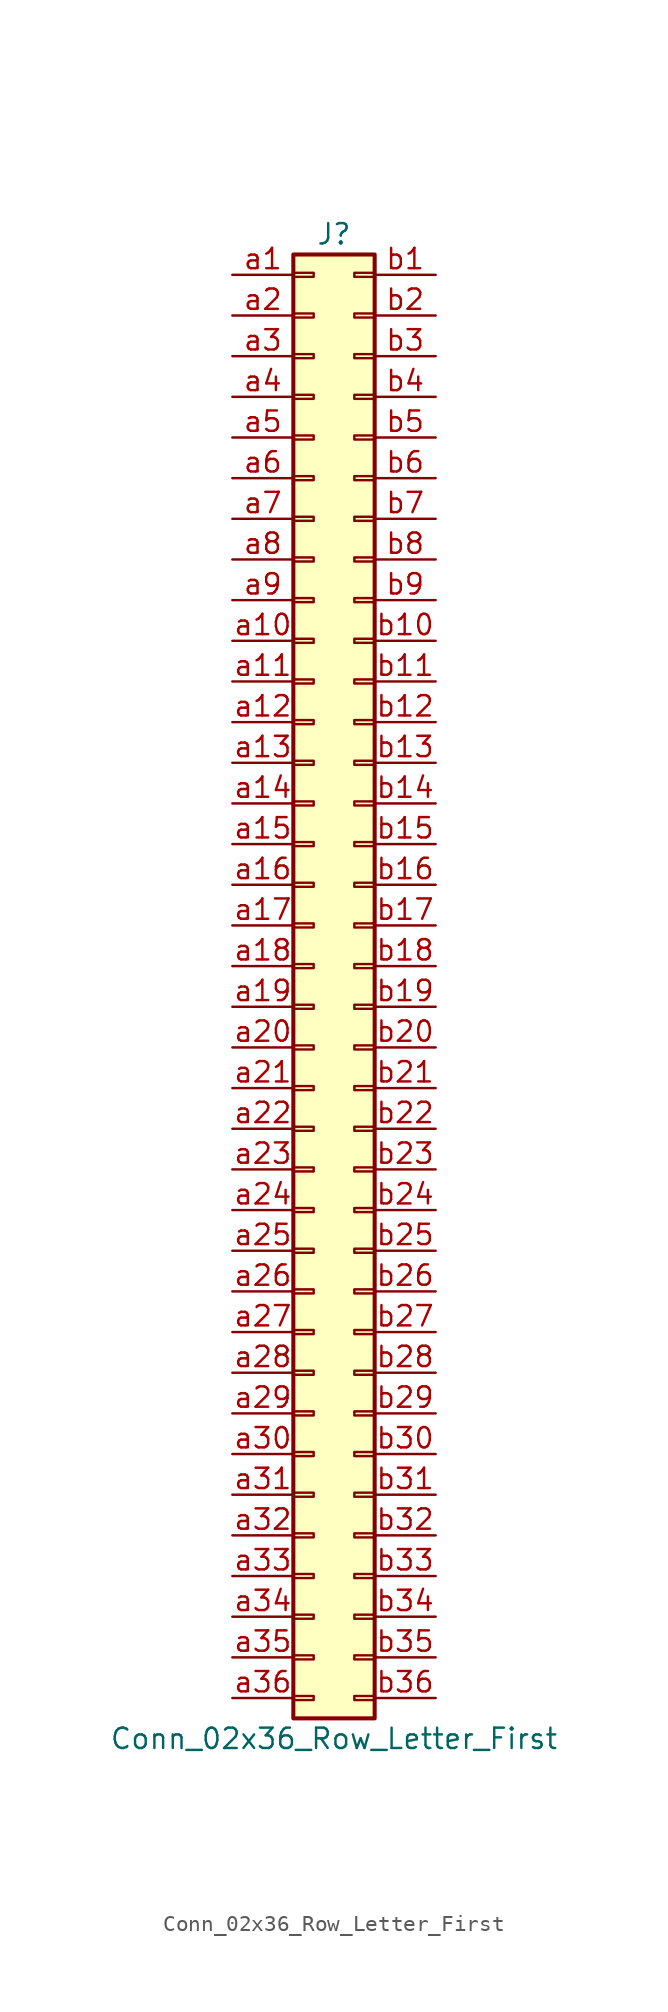
<source format=kicad_sym>
(kicad_symbol_lib
  (version 20211014)
  (generator kicad_symbol_editor)
  (symbol "Conn_02x36_Row_Letter_First"
    (pin_names
      (offset 1.016) hide)
    (property "Reference" "J"
      (at 1.27 45.72 0)
      (effects (font (size 1.27 1.27))))
    (property "Value" "Conn_02x36_Row_Letter_First"
      (at 1.27 -48.26 0)
      (effects (font (size 1.27 1.27))))
    (symbol "Conn_02x36_Row_Letter_First_1_1"
      (rectangle (start -1.27 -45.593) (end 0 -45.847) (stroke (width 0.152) (type default) (color 0 0 0 0)) (fill (type none)))
      (rectangle (start -1.27 -43.053) (end 0 -43.307) (stroke (width 0.152) (type default) (color 0 0 0 0)) (fill (type none)))
      (rectangle (start -1.27 -40.513) (end 0 -40.767) (stroke (width 0.152) (type default) (color 0 0 0 0)) (fill (type none)))
      (rectangle (start -1.27 -37.973) (end 0 -38.227) (stroke (width 0.152) (type default) (color 0 0 0 0)) (fill (type none)))
      (rectangle (start -1.27 -35.433) (end 0 -35.687) (stroke (width 0.152) (type default) (color 0 0 0 0)) (fill (type none)))
      (rectangle (start -1.27 -32.893) (end 0 -33.147) (stroke (width 0.152) (type default) (color 0 0 0 0)) (fill (type none)))
      (rectangle (start -1.27 -30.353) (end 0 -30.607) (stroke (width 0.152) (type default) (color 0 0 0 0)) (fill (type none)))
      (rectangle (start -1.27 -27.813) (end 0 -28.067) (stroke (width 0.152) (type default) (color 0 0 0 0)) (fill (type none)))
      (rectangle (start -1.27 -25.273) (end 0 -25.527) (stroke (width 0.152) (type default) (color 0 0 0 0)) (fill (type none)))
      (rectangle (start -1.27 -22.733) (end 0 -22.987) (stroke (width 0.152) (type default) (color 0 0 0 0)) (fill (type none)))
      (rectangle (start -1.27 -20.193) (end 0 -20.447) (stroke (width 0.152) (type default) (color 0 0 0 0)) (fill (type none)))
      (rectangle (start -1.27 -17.653) (end 0 -17.907) (stroke (width 0.152) (type default) (color 0 0 0 0)) (fill (type none)))
      (rectangle (start -1.27 -15.113) (end 0 -15.367) (stroke (width 0.152) (type default) (color 0 0 0 0)) (fill (type none)))
      (rectangle (start -1.27 -12.573) (end 0 -12.827) (stroke (width 0.152) (type default) (color 0 0 0 0)) (fill (type none)))
      (rectangle (start -1.27 -10.033) (end 0 -10.287) (stroke (width 0.152) (type default) (color 0 0 0 0)) (fill (type none)))
      (rectangle (start -1.27 -7.493) (end 0 -7.747) (stroke (width 0.152) (type default) (color 0 0 0 0)) (fill (type none)))
      (rectangle (start -1.27 -4.953) (end 0 -5.207) (stroke (width 0.152) (type default) (color 0 0 0 0)) (fill (type none)))
      (rectangle (start -1.27 -2.413) (end 0 -2.667) (stroke (width 0.152) (type default) (color 0 0 0 0)) (fill (type none)))
      (rectangle (start -1.27 0.127) (end 0 -0.127) (stroke (width 0.152) (type default) (color 0 0 0 0)) (fill (type none)))
      (rectangle (start -1.27 2.667) (end 0 2.413) (stroke (width 0.152) (type default) (color 0 0 0 0)) (fill (type none)))
      (rectangle (start -1.27 5.207) (end 0 4.953) (stroke (width 0.152) (type default) (color 0 0 0 0)) (fill (type none)))
      (rectangle (start -1.27 7.747) (end 0 7.493) (stroke (width 0.152) (type default) (color 0 0 0 0)) (fill (type none)))
      (rectangle (start -1.27 10.287) (end 0 10.033) (stroke (width 0.152) (type default) (color 0 0 0 0)) (fill (type none)))
      (rectangle (start -1.27 12.827) (end 0 12.573) (stroke (width 0.152) (type default) (color 0 0 0 0)) (fill (type none)))
      (rectangle (start -1.27 15.367) (end 0 15.113) (stroke (width 0.152) (type default) (color 0 0 0 0)) (fill (type none)))
      (rectangle (start -1.27 17.907) (end 0 17.653) (stroke (width 0.152) (type default) (color 0 0 0 0)) (fill (type none)))
      (rectangle (start -1.27 20.447) (end 0 20.193) (stroke (width 0.152) (type default) (color 0 0 0 0)) (fill (type none)))
      (rectangle (start -1.27 22.987) (end 0 22.733) (stroke (width 0.152) (type default) (color 0 0 0 0)) (fill (type none)))
      (rectangle (start -1.27 25.527) (end 0 25.273) (stroke (width 0.152) (type default) (color 0 0 0 0)) (fill (type none)))
      (rectangle (start -1.27 28.067) (end 0 27.813) (stroke (width 0.152) (type default) (color 0 0 0 0)) (fill (type none)))
      (rectangle (start -1.27 30.607) (end 0 30.353) (stroke (width 0.152) (type default) (color 0 0 0 0)) (fill (type none)))
      (rectangle (start -1.27 33.147) (end 0 32.893) (stroke (width 0.152) (type default) (color 0 0 0 0)) (fill (type none)))
      (rectangle (start -1.27 35.687) (end 0 35.433) (stroke (width 0.152) (type default) (color 0 0 0 0)) (fill (type none)))
      (rectangle (start -1.27 38.227) (end 0 37.973) (stroke (width 0.152) (type default) (color 0 0 0 0)) (fill (type none)))
      (rectangle (start -1.27 40.767) (end 0 40.513) (stroke (width 0.152) (type default) (color 0 0 0 0)) (fill (type none)))
      (rectangle (start -1.27 43.307) (end 0 43.053) (stroke (width 0.152) (type default) (color 0 0 0 0)) (fill (type none)))
      (rectangle (start -1.27 44.45) (end 3.81 -46.99) (stroke (width 0.254) (type default) (color 0 0 0 0)) (fill (type background)))
      (rectangle (start 3.81 -45.593) (end 2.54 -45.847) (stroke (width 0.152) (type default) (color 0 0 0 0)) (fill (type none)))
      (rectangle (start 3.81 -43.053) (end 2.54 -43.307) (stroke (width 0.152) (type default) (color 0 0 0 0)) (fill (type none)))
      (rectangle (start 3.81 -40.513) (end 2.54 -40.767) (stroke (width 0.152) (type default) (color 0 0 0 0)) (fill (type none)))
      (rectangle (start 3.81 -37.973) (end 2.54 -38.227) (stroke (width 0.152) (type default) (color 0 0 0 0)) (fill (type none)))
      (rectangle (start 3.81 -35.433) (end 2.54 -35.687) (stroke (width 0.152) (type default) (color 0 0 0 0)) (fill (type none)))
      (rectangle (start 3.81 -32.893) (end 2.54 -33.147) (stroke (width 0.152) (type default) (color 0 0 0 0)) (fill (type none)))
      (rectangle (start 3.81 -30.353) (end 2.54 -30.607) (stroke (width 0.152) (type default) (color 0 0 0 0)) (fill (type none)))
      (rectangle (start 3.81 -27.813) (end 2.54 -28.067) (stroke (width 0.152) (type default) (color 0 0 0 0)) (fill (type none)))
      (rectangle (start 3.81 -25.273) (end 2.54 -25.527) (stroke (width 0.152) (type default) (color 0 0 0 0)) (fill (type none)))
      (rectangle (start 3.81 -22.733) (end 2.54 -22.987) (stroke (width 0.152) (type default) (color 0 0 0 0)) (fill (type none)))
      (rectangle (start 3.81 -20.193) (end 2.54 -20.447) (stroke (width 0.152) (type default) (color 0 0 0 0)) (fill (type none)))
      (rectangle (start 3.81 -17.653) (end 2.54 -17.907) (stroke (width 0.152) (type default) (color 0 0 0 0)) (fill (type none)))
      (rectangle (start 3.81 -15.113) (end 2.54 -15.367) (stroke (width 0.152) (type default) (color 0 0 0 0)) (fill (type none)))
      (rectangle (start 3.81 -12.573) (end 2.54 -12.827) (stroke (width 0.152) (type default) (color 0 0 0 0)) (fill (type none)))
      (rectangle (start 3.81 -10.033) (end 2.54 -10.287) (stroke (width 0.152) (type default) (color 0 0 0 0)) (fill (type none)))
      (rectangle (start 3.81 -7.493) (end 2.54 -7.747) (stroke (width 0.152) (type default) (color 0 0 0 0)) (fill (type none)))
      (rectangle (start 3.81 -4.953) (end 2.54 -5.207) (stroke (width 0.152) (type default) (color 0 0 0 0)) (fill (type none)))
      (rectangle (start 3.81 -2.413) (end 2.54 -2.667) (stroke (width 0.152) (type default) (color 0 0 0 0)) (fill (type none)))
      (rectangle (start 3.81 0.127) (end 2.54 -0.127) (stroke (width 0.152) (type default) (color 0 0 0 0)) (fill (type none)))
      (rectangle (start 3.81 2.667) (end 2.54 2.413) (stroke (width 0.152) (type default) (color 0 0 0 0)) (fill (type none)))
      (rectangle (start 3.81 5.207) (end 2.54 4.953) (stroke (width 0.152) (type default) (color 0 0 0 0)) (fill (type none)))
      (rectangle (start 3.81 7.747) (end 2.54 7.493) (stroke (width 0.152) (type default) (color 0 0 0 0)) (fill (type none)))
      (rectangle (start 3.81 10.287) (end 2.54 10.033) (stroke (width 0.152) (type default) (color 0 0 0 0)) (fill (type none)))
      (rectangle (start 3.81 12.827) (end 2.54 12.573) (stroke (width 0.152) (type default) (color 0 0 0 0)) (fill (type none)))
      (rectangle (start 3.81 15.367) (end 2.54 15.113) (stroke (width 0.152) (type default) (color 0 0 0 0)) (fill (type none)))
      (rectangle (start 3.81 17.907) (end 2.54 17.653) (stroke (width 0.152) (type default) (color 0 0 0 0)) (fill (type none)))
      (rectangle (start 3.81 20.447) (end 2.54 20.193) (stroke (width 0.152) (type default) (color 0 0 0 0)) (fill (type none)))
      (rectangle (start 3.81 22.987) (end 2.54 22.733) (stroke (width 0.152) (type default) (color 0 0 0 0)) (fill (type none)))
      (rectangle (start 3.81 25.527) (end 2.54 25.273) (stroke (width 0.152) (type default) (color 0 0 0 0)) (fill (type none)))
      (rectangle (start 3.81 28.067) (end 2.54 27.813) (stroke (width 0.152) (type default) (color 0 0 0 0)) (fill (type none)))
      (rectangle (start 3.81 30.607) (end 2.54 30.353) (stroke (width 0.152) (type default) (color 0 0 0 0)) (fill (type none)))
      (rectangle (start 3.81 33.147) (end 2.54 32.893) (stroke (width 0.152) (type default) (color 0 0 0 0)) (fill (type none)))
      (rectangle (start 3.81 35.687) (end 2.54 35.433) (stroke (width 0.152) (type default) (color 0 0 0 0)) (fill (type none)))
      (rectangle (start 3.81 38.227) (end 2.54 37.973) (stroke (width 0.152) (type default) (color 0 0 0 0)) (fill (type none)))
      (rectangle (start 3.81 40.767) (end 2.54 40.513) (stroke (width 0.152) (type default) (color 0 0 0 0)) (fill (type none)))
      (rectangle (start 3.81 43.307) (end 2.54 43.053) (stroke (width 0.152) (type default) (color 0 0 0 0)) (fill (type none)))
      (pin passive line (at -5.08 43.18 0) (length 3.81) (name "Pin_a1" (effects (font (size 1.27 1.27)))) (number "a1" (effects (font (size 1.27 1.27)))))
      (pin passive line (at -5.08 20.32 0) (length 3.81) (name "Pin_a10" (effects (font (size 1.27 1.27)))) (number "a10" (effects (font (size 1.27 1.27)))))
      (pin passive line (at -5.08 17.78 0) (length 3.81) (name "Pin_a11" (effects (font (size 1.27 1.27)))) (number "a11" (effects (font (size 1.27 1.27)))))
      (pin passive line (at -5.08 15.24 0) (length 3.81) (name "Pin_a12" (effects (font (size 1.27 1.27)))) (number "a12" (effects (font (size 1.27 1.27)))))
      (pin passive line (at -5.08 12.7 0) (length 3.81) (name "Pin_a13" (effects (font (size 1.27 1.27)))) (number "a13" (effects (font (size 1.27 1.27)))))
      (pin passive line (at -5.08 10.16 0) (length 3.81) (name "Pin_a14" (effects (font (size 1.27 1.27)))) (number "a14" (effects (font (size 1.27 1.27)))))
      (pin passive line (at -5.08 7.62 0) (length 3.81) (name "Pin_a15" (effects (font (size 1.27 1.27)))) (number "a15" (effects (font (size 1.27 1.27)))))
      (pin passive line (at -5.08 5.08 0) (length 3.81) (name "Pin_a16" (effects (font (size 1.27 1.27)))) (number "a16" (effects (font (size 1.27 1.27)))))
      (pin passive line (at -5.08 2.54 0) (length 3.81) (name "Pin_a17" (effects (font (size 1.27 1.27)))) (number "a17" (effects (font (size 1.27 1.27)))))
      (pin passive line (at -5.08 0 0) (length 3.81) (name "Pin_a18" (effects (font (size 1.27 1.27)))) (number "a18" (effects (font (size 1.27 1.27)))))
      (pin passive line (at -5.08 -2.54 0) (length 3.81) (name "Pin_a19" (effects (font (size 1.27 1.27)))) (number "a19" (effects (font (size 1.27 1.27)))))
      (pin passive line (at -5.08 40.64 0) (length 3.81) (name "Pin_a2" (effects (font (size 1.27 1.27)))) (number "a2" (effects (font (size 1.27 1.27)))))
      (pin passive line (at -5.08 -5.08 0) (length 3.81) (name "Pin_a20" (effects (font (size 1.27 1.27)))) (number "a20" (effects (font (size 1.27 1.27)))))
      (pin passive line (at -5.08 -7.62 0) (length 3.81) (name "Pin_a21" (effects (font (size 1.27 1.27)))) (number "a21" (effects (font (size 1.27 1.27)))))
      (pin passive line (at -5.08 -10.16 0) (length 3.81) (name "Pin_a22" (effects (font (size 1.27 1.27)))) (number "a22" (effects (font (size 1.27 1.27)))))
      (pin passive line (at -5.08 -12.7 0) (length 3.81) (name "Pin_a23" (effects (font (size 1.27 1.27)))) (number "a23" (effects (font (size 1.27 1.27)))))
      (pin passive line (at -5.08 -15.24 0) (length 3.81) (name "Pin_a24" (effects (font (size 1.27 1.27)))) (number "a24" (effects (font (size 1.27 1.27)))))
      (pin passive line (at -5.08 -17.78 0) (length 3.81) (name "Pin_a25" (effects (font (size 1.27 1.27)))) (number "a25" (effects (font (size 1.27 1.27)))))
      (pin passive line (at -5.08 -20.32 0) (length 3.81) (name "Pin_a26" (effects (font (size 1.27 1.27)))) (number "a26" (effects (font (size 1.27 1.27)))))
      (pin passive line (at -5.08 -22.86 0) (length 3.81) (name "Pin_a27" (effects (font (size 1.27 1.27)))) (number "a27" (effects (font (size 1.27 1.27)))))
      (pin passive line (at -5.08 -25.4 0) (length 3.81) (name "Pin_a28" (effects (font (size 1.27 1.27)))) (number "a28" (effects (font (size 1.27 1.27)))))
      (pin passive line (at -5.08 -27.94 0) (length 3.81) (name "Pin_a29" (effects (font (size 1.27 1.27)))) (number "a29" (effects (font (size 1.27 1.27)))))
      (pin passive line (at -5.08 38.1 0) (length 3.81) (name "Pin_a3" (effects (font (size 1.27 1.27)))) (number "a3" (effects (font (size 1.27 1.27)))))
      (pin passive line (at -5.08 -30.48 0) (length 3.81) (name "Pin_a30" (effects (font (size 1.27 1.27)))) (number "a30" (effects (font (size 1.27 1.27)))))
      (pin passive line (at -5.08 -33.02 0) (length 3.81) (name "Pin_a31" (effects (font (size 1.27 1.27)))) (number "a31" (effects (font (size 1.27 1.27)))))
      (pin passive line (at -5.08 -35.56 0) (length 3.81) (name "Pin_a32" (effects (font (size 1.27 1.27)))) (number "a32" (effects (font (size 1.27 1.27)))))
      (pin passive line (at -5.08 -38.1 0) (length 3.81) (name "Pin_a33" (effects (font (size 1.27 1.27)))) (number "a33" (effects (font (size 1.27 1.27)))))
      (pin passive line (at -5.08 -40.64 0) (length 3.81) (name "Pin_a34" (effects (font (size 1.27 1.27)))) (number "a34" (effects (font (size 1.27 1.27)))))
      (pin passive line (at -5.08 -43.18 0) (length 3.81) (name "Pin_a35" (effects (font (size 1.27 1.27)))) (number "a35" (effects (font (size 1.27 1.27)))))
      (pin passive line (at -5.08 -45.72 0) (length 3.81) (name "Pin_a36" (effects (font (size 1.27 1.27)))) (number "a36" (effects (font (size 1.27 1.27)))))
      (pin passive line (at -5.08 35.56 0) (length 3.81) (name "Pin_a4" (effects (font (size 1.27 1.27)))) (number "a4" (effects (font (size 1.27 1.27)))))
      (pin passive line (at -5.08 33.02 0) (length 3.81) (name "Pin_a5" (effects (font (size 1.27 1.27)))) (number "a5" (effects (font (size 1.27 1.27)))))
      (pin passive line (at -5.08 30.48 0) (length 3.81) (name "Pin_a6" (effects (font (size 1.27 1.27)))) (number "a6" (effects (font (size 1.27 1.27)))))
      (pin passive line (at -5.08 27.94 0) (length 3.81) (name "Pin_a7" (effects (font (size 1.27 1.27)))) (number "a7" (effects (font (size 1.27 1.27)))))
      (pin passive line (at -5.08 25.4 0) (length 3.81) (name "Pin_a8" (effects (font (size 1.27 1.27)))) (number "a8" (effects (font (size 1.27 1.27)))))
      (pin passive line (at -5.08 22.86 0) (length 3.81) (name "Pin_a9" (effects (font (size 1.27 1.27)))) (number "a9" (effects (font (size 1.27 1.27)))))
      (pin passive line (at 7.62 43.18 180) (length 3.81) (name "Pin_b1" (effects (font (size 1.27 1.27)))) (number "b1" (effects (font (size 1.27 1.27)))))
      (pin passive line (at 7.62 20.32 180) (length 3.81) (name "Pin_b10" (effects (font (size 1.27 1.27)))) (number "b10" (effects (font (size 1.27 1.27)))))
      (pin passive line (at 7.62 17.78 180) (length 3.81) (name "Pin_b11" (effects (font (size 1.27 1.27)))) (number "b11" (effects (font (size 1.27 1.27)))))
      (pin passive line (at 7.62 15.24 180) (length 3.81) (name "Pin_b12" (effects (font (size 1.27 1.27)))) (number "b12" (effects (font (size 1.27 1.27)))))
      (pin passive line (at 7.62 12.7 180) (length 3.81) (name "Pin_b13" (effects (font (size 1.27 1.27)))) (number "b13" (effects (font (size 1.27 1.27)))))
      (pin passive line (at 7.62 10.16 180) (length 3.81) (name "Pin_b14" (effects (font (size 1.27 1.27)))) (number "b14" (effects (font (size 1.27 1.27)))))
      (pin passive line (at 7.62 7.62 180) (length 3.81) (name "Pin_b15" (effects (font (size 1.27 1.27)))) (number "b15" (effects (font (size 1.27 1.27)))))
      (pin passive line (at 7.62 5.08 180) (length 3.81) (name "Pin_b16" (effects (font (size 1.27 1.27)))) (number "b16" (effects (font (size 1.27 1.27)))))
      (pin passive line (at 7.62 2.54 180) (length 3.81) (name "Pin_b17" (effects (font (size 1.27 1.27)))) (number "b17" (effects (font (size 1.27 1.27)))))
      (pin passive line (at 7.62 0 180) (length 3.81) (name "Pin_b18" (effects (font (size 1.27 1.27)))) (number "b18" (effects (font (size 1.27 1.27)))))
      (pin passive line (at 7.62 -2.54 180) (length 3.81) (name "Pin_b19" (effects (font (size 1.27 1.27)))) (number "b19" (effects (font (size 1.27 1.27)))))
      (pin passive line (at 7.62 40.64 180) (length 3.81) (name "Pin_b2" (effects (font (size 1.27 1.27)))) (number "b2" (effects (font (size 1.27 1.27)))))
      (pin passive line (at 7.62 -5.08 180) (length 3.81) (name "Pin_b20" (effects (font (size 1.27 1.27)))) (number "b20" (effects (font (size 1.27 1.27)))))
      (pin passive line (at 7.62 -7.62 180) (length 3.81) (name "Pin_b21" (effects (font (size 1.27 1.27)))) (number "b21" (effects (font (size 1.27 1.27)))))
      (pin passive line (at 7.62 -10.16 180) (length 3.81) (name "Pin_b22" (effects (font (size 1.27 1.27)))) (number "b22" (effects (font (size 1.27 1.27)))))
      (pin passive line (at 7.62 -12.7 180) (length 3.81) (name "Pin_b23" (effects (font (size 1.27 1.27)))) (number "b23" (effects (font (size 1.27 1.27)))))
      (pin passive line (at 7.62 -15.24 180) (length 3.81) (name "Pin_b24" (effects (font (size 1.27 1.27)))) (number "b24" (effects (font (size 1.27 1.27)))))
      (pin passive line (at 7.62 -17.78 180) (length 3.81) (name "Pin_b25" (effects (font (size 1.27 1.27)))) (number "b25" (effects (font (size 1.27 1.27)))))
      (pin passive line (at 7.62 -20.32 180) (length 3.81) (name "Pin_b26" (effects (font (size 1.27 1.27)))) (number "b26" (effects (font (size 1.27 1.27)))))
      (pin passive line (at 7.62 -22.86 180) (length 3.81) (name "Pin_b27" (effects (font (size 1.27 1.27)))) (number "b27" (effects (font (size 1.27 1.27)))))
      (pin passive line (at 7.62 -25.4 180) (length 3.81) (name "Pin_b28" (effects (font (size 1.27 1.27)))) (number "b28" (effects (font (size 1.27 1.27)))))
      (pin passive line (at 7.62 -27.94 180) (length 3.81) (name "Pin_b29" (effects (font (size 1.27 1.27)))) (number "b29" (effects (font (size 1.27 1.27)))))
      (pin passive line (at 7.62 38.1 180) (length 3.81) (name "Pin_b3" (effects (font (size 1.27 1.27)))) (number "b3" (effects (font (size 1.27 1.27)))))
      (pin passive line (at 7.62 -30.48 180) (length 3.81) (name "Pin_b30" (effects (font (size 1.27 1.27)))) (number "b30" (effects (font (size 1.27 1.27)))))
      (pin passive line (at 7.62 -33.02 180) (length 3.81) (name "Pin_b31" (effects (font (size 1.27 1.27)))) (number "b31" (effects (font (size 1.27 1.27)))))
      (pin passive line (at 7.62 -35.56 180) (length 3.81) (name "Pin_b32" (effects (font (size 1.27 1.27)))) (number "b32" (effects (font (size 1.27 1.27)))))
      (pin passive line (at 7.62 -38.1 180) (length 3.81) (name "Pin_b33" (effects (font (size 1.27 1.27)))) (number "b33" (effects (font (size 1.27 1.27)))))
      (pin passive line (at 7.62 -40.64 180) (length 3.81) (name "Pin_b34" (effects (font (size 1.27 1.27)))) (number "b34" (effects (font (size 1.27 1.27)))))
      (pin passive line (at 7.62 -43.18 180) (length 3.81) (name "Pin_b35" (effects (font (size 1.27 1.27)))) (number "b35" (effects (font (size 1.27 1.27)))))
      (pin passive line (at 7.62 -45.72 180) (length 3.81) (name "Pin_b36" (effects (font (size 1.27 1.27)))) (number "b36" (effects (font (size 1.27 1.27)))))
      (pin passive line (at 7.62 35.56 180) (length 3.81) (name "Pin_b4" (effects (font (size 1.27 1.27)))) (number "b4" (effects (font (size 1.27 1.27)))))
      (pin passive line (at 7.62 33.02 180) (length 3.81) (name "Pin_b5" (effects (font (size 1.27 1.27)))) (number "b5" (effects (font (size 1.27 1.27)))))
      (pin passive line (at 7.62 30.48 180) (length 3.81) (name "Pin_b6" (effects (font (size 1.27 1.27)))) (number "b6" (effects (font (size 1.27 1.27)))))
      (pin passive line (at 7.62 27.94 180) (length 3.81) (name "Pin_b7" (effects (font (size 1.27 1.27)))) (number "b7" (effects (font (size 1.27 1.27)))))
      (pin passive line (at 7.62 25.4 180) (length 3.81) (name "Pin_b8" (effects (font (size 1.27 1.27)))) (number "b8" (effects (font (size 1.27 1.27)))))
      (pin passive line (at 7.62 22.86 180) (length 3.81) (name "Pin_b9" (effects (font (size 1.27 1.27)))) (number "b9" (effects (font (size 1.27 1.27))))))))
</source>
